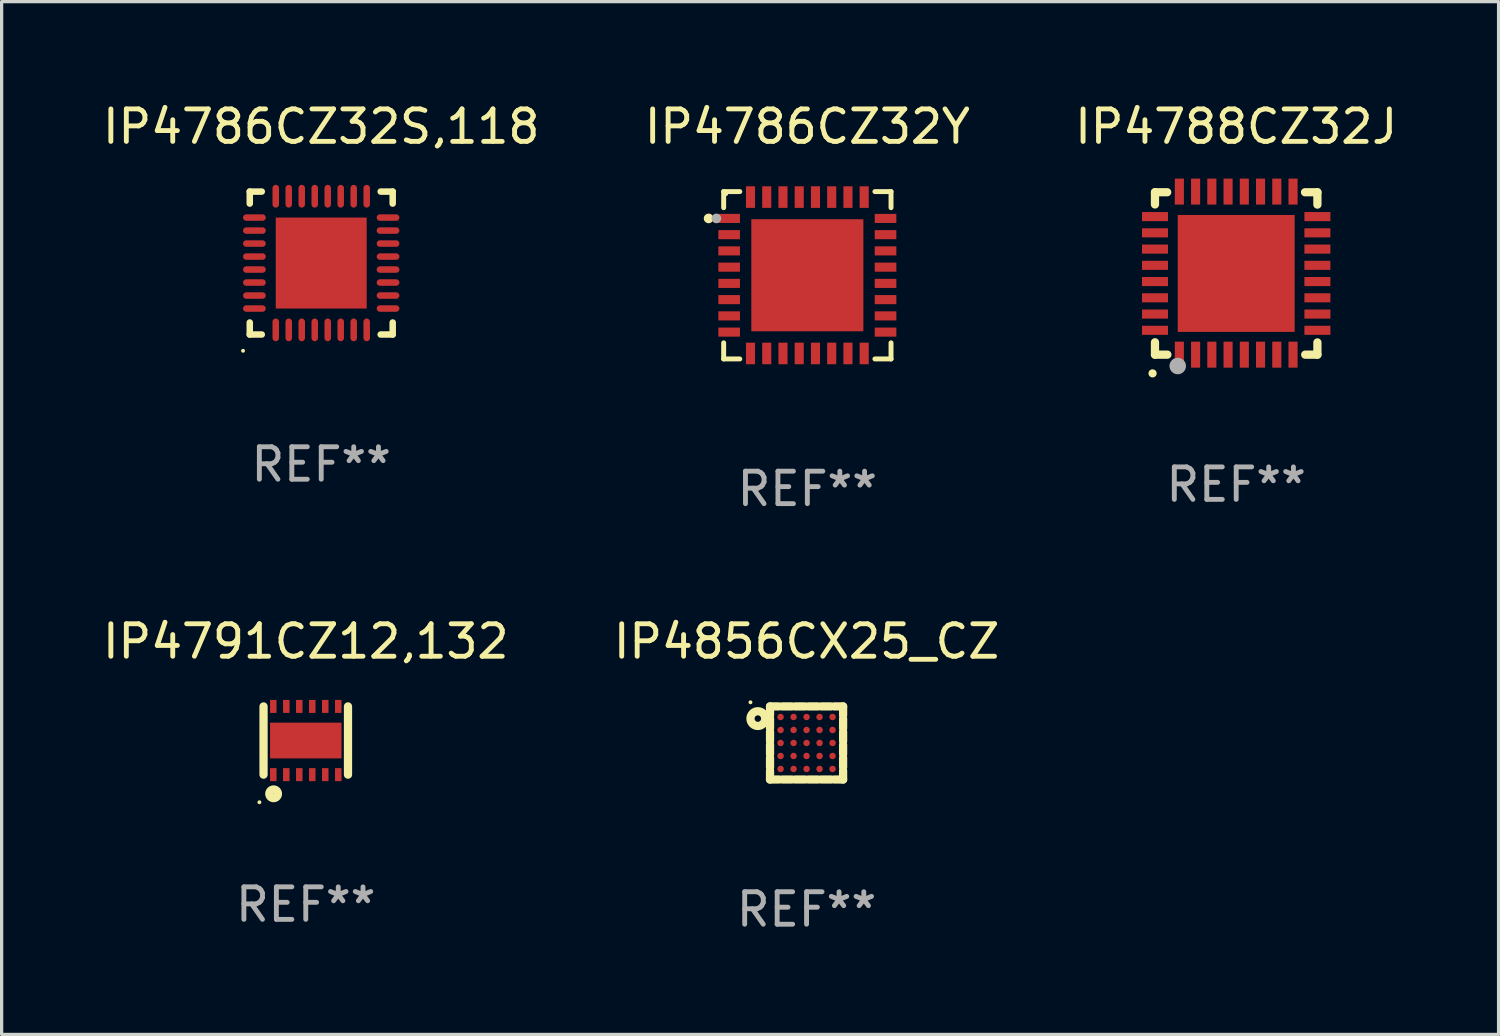
<source format=kicad_pcb>
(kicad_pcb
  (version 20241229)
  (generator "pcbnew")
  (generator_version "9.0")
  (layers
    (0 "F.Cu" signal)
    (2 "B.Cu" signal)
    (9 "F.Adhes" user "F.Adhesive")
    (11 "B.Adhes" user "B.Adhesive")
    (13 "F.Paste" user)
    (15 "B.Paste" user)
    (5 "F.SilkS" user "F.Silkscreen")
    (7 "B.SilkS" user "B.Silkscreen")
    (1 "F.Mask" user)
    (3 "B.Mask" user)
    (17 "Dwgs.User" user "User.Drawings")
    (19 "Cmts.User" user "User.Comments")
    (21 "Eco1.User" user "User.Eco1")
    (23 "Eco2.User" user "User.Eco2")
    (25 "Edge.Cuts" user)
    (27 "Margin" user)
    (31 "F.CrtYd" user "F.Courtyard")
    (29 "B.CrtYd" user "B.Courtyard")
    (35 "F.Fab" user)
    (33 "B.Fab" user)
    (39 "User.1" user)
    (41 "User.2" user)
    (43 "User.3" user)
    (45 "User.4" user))
  (footprint "IP4856CX25_CZ"
    (layer "F.Cu")
    (at 21.78 19.822)
    (property "Reference" "IP4856CX25_CZ" (at 0 -3.125 0) (layer "F.SilkS") (effects (font (size 1 1) (thickness 0.15))))
    (attr through_hole)
    (fp_line (start -1.125 -1.125) (end -0.852 -1.125) (stroke (width 0.254) (type solid)) (layer "F.SilkS"))
    (fp_line (start -1.125 -0.852) (end -1.125 -1.125) (stroke (width 0.254) (type solid)) (layer "F.SilkS"))
    (fp_line (start -1.125 -0.452) (end -1.125 -0.748) (stroke (width 0.254) (type solid)) (layer "F.SilkS"))
    (fp_line (start -1.125 -0.052) (end -1.125 -0.348) (stroke (width 0.254) (type solid)) (layer "F.SilkS"))
    (fp_line (start -1.125 0.348) (end -1.125 0.052) (stroke (width 0.254) (type solid)) (layer "F.SilkS"))
    (fp_line (start -1.125 0.748) (end -1.125 0.452) (stroke (width 0.254) (type solid)) (layer "F.SilkS"))
    (fp_line (start -1.125 1.125) (end -1.125 0.852) (stroke (width 0.254) (type solid)) (layer "F.SilkS"))
    (fp_line (start -0.852 1.125) (end -1.125 1.125) (stroke (width 0.254) (type solid)) (layer "F.SilkS"))
    (fp_line (start -0.748 -1.125) (end -0.452 -1.125) (stroke (width 0.254) (type solid)) (layer "F.SilkS"))
    (fp_line (start -0.452 1.125) (end -0.748 1.125) (stroke (width 0.254) (type solid)) (layer "F.SilkS"))
    (fp_line (start -0.348 -1.125) (end -0.052 -1.125) (stroke (width 0.254) (type solid)) (layer "F.SilkS"))
    (fp_line (start -0.052 1.125) (end -0.348 1.125) (stroke (width 0.254) (type solid)) (layer "F.SilkS"))
    (fp_line (start 0.052 -1.125) (end 0.348 -1.125) (stroke (width 0.254) (type solid)) (layer "F.SilkS"))
    (fp_line (start 0.348 1.125) (end 0.052 1.125) (stroke (width 0.254) (type solid)) (layer "F.SilkS"))
    (fp_line (start 0.452 -1.125) (end 0.748 -1.125) (stroke (width 0.254) (type solid)) (layer "F.SilkS"))
    (fp_line (start 0.748 1.125) (end 0.452 1.125) (stroke (width 0.254) (type solid)) (layer "F.SilkS"))
    (fp_line (start 0.852 -1.125) (end 1.125 -1.125) (stroke (width 0.254) (type solid)) (layer "F.SilkS"))
    (fp_line (start 1.125 -1.125) (end 1.125 -0.852) (stroke (width 0.254) (type solid)) (layer "F.SilkS"))
    (fp_line (start 1.125 -0.748) (end 1.125 -0.452) (stroke (width 0.254) (type solid)) (layer "F.SilkS"))
    (fp_line (start 1.125 -0.348) (end 1.125 -0.052) (stroke (width 0.254) (type solid)) (layer "F.SilkS"))
    (fp_line (start 1.125 0.052) (end 1.125 0.348) (stroke (width 0.254) (type solid)) (layer "F.SilkS"))
    (fp_line (start 1.125 0.452) (end 1.125 0.748) (stroke (width 0.254) (type solid)) (layer "F.SilkS"))
    (fp_line (start 1.125 0.852) (end 1.125 1.125) (stroke (width 0.254) (type solid)) (layer "F.SilkS"))
    (fp_line (start 1.125 1.125) (end 0.852 1.125) (stroke (width 0.254) (type solid)) (layer "F.SilkS"))
    (fp_circle (center -1.727 -1.252) (end -1.697 -1.252) (stroke (width 0.06) (type solid)) (fill no) (layer "F.SilkS"))
    (fp_circle (center -1.5 -0.75) (end -1.4 -0.75) (stroke (width 0.254) (type solid)) (fill no) (layer "F.SilkS"))
    (fp_text user "REF**" (at 0 5.125 0) (layer "F.Fab") (effects (font (size 1 1) (thickness 0.15))))
    (pad "A1" smd circle (at -0.8 -0.8) (size 0.2 0.2) (layers "F.Cu" "F.Mask" "F.Paste"))
    (pad "A2" smd circle (at -0.4 -0.8) (size 0.2 0.2) (layers "F.Cu" "F.Mask" "F.Paste"))
    (pad "A3" smd circle (at 0.000127 -0.8) (size 0.2 0.2) (layers "F.Cu" "F.Mask" "F.Paste"))
    (pad "A4" smd circle (at 0.4 -0.8) (size 0.2 0.2) (layers "F.Cu" "F.Mask" "F.Paste"))
    (pad "A5" smd circle (at 0.8 -0.8) (size 0.2 0.2) (layers "F.Cu" "F.Mask" "F.Paste"))
    (pad "B1" smd circle (at -0.8 -0.4) (size 0.2 0.2) (layers "F.Cu" "F.Mask" "F.Paste"))
    (pad "B2" smd circle (at -0.4 -0.4) (size 0.2 0.2) (layers "F.Cu" "F.Mask" "F.Paste"))
    (pad "B3" smd circle (at 0.000127 -0.4) (size 0.2 0.2) (layers "F.Cu" "F.Mask" "F.Paste"))
    (pad "B4" smd circle (at 0.4 -0.4) (size 0.2 0.2) (layers "F.Cu" "F.Mask" "F.Paste"))
    (pad "B5" smd circle (at 0.8 -0.4) (size 0.2 0.2) (layers "F.Cu" "F.Mask" "F.Paste"))
    (pad "C1" smd circle (at -0.8 -0.000076) (size 0.2 0.2) (layers "F.Cu" "F.Mask" "F.Paste"))
    (pad "C2" smd circle (at -0.4 -0.000076) (size 0.2 0.2) (layers "F.Cu" "F.Mask" "F.Paste"))
    (pad "C3" smd circle (at 0.000127 -0.000076) (size 0.2 0.2) (layers "F.Cu" "F.Mask" "F.Paste"))
    (pad "C4" smd circle (at 0.4 -0.000076) (size 0.2 0.2) (layers "F.Cu" "F.Mask" "F.Paste"))
    (pad "C5" smd circle (at 0.8 -0.000076) (size 0.2 0.2) (layers "F.Cu" "F.Mask" "F.Paste"))
    (pad "D1" smd circle (at -0.8 0.4) (size 0.2 0.2) (layers "F.Cu" "F.Mask" "F.Paste"))
    (pad "D2" smd circle (at -0.4 0.4) (size 0.2 0.2) (layers "F.Cu" "F.Mask" "F.Paste"))
    (pad "D3" smd circle (at 0.000127 0.4) (size 0.2 0.2) (layers "F.Cu" "F.Mask" "F.Paste"))
    (pad "D4" smd circle (at 0.4 0.4) (size 0.2 0.2) (layers "F.Cu" "F.Mask" "F.Paste"))
    (pad "D5" smd circle (at 0.8 0.4) (size 0.2 0.2) (layers "F.Cu" "F.Mask" "F.Paste"))
    (pad "E1" smd circle (at -0.8 0.8) (size 0.2 0.2) (layers "F.Cu" "F.Mask" "F.Paste"))
    (pad "E2" smd circle (at -0.4 0.8) (size 0.2 0.2) (layers "F.Cu" "F.Mask" "F.Paste"))
    (pad "E3" smd circle (at 0.000127 0.8) (size 0.2 0.2) (layers "F.Cu" "F.Mask" "F.Paste"))
    (pad "E4" smd circle (at 0.4 0.8) (size 0.2 0.2) (layers "F.Cu" "F.Mask" "F.Paste"))
    (pad "E5" smd circle (at 0.8 0.8) (size 0.2 0.2) (layers "F.Cu" "F.Mask" "F.Paste")))
  (footprint "IP4788CZ32J"
    (layer "F.Cu")
    (at 35.006 5.358)
    (property "Reference" "IP4788CZ32J" (at 0 -4.51 0) (layer "F.SilkS") (effects (font (size 1 1) (thickness 0.15))))
    (attr through_hole)
    (fp_line (start -2.5 -2.49) (end -2.124 -2.49) (stroke (width 0.254) (type solid)) (layer "F.SilkS"))
    (fp_line (start -2.5 -2.114) (end -2.5 -2.49) (stroke (width 0.254) (type solid)) (layer "F.SilkS"))
    (fp_line (start -2.5 2.51) (end -2.5 2.129) (stroke (width 0.254) (type solid)) (layer "F.SilkS"))
    (fp_line (start -2.5 2.51) (end -2.119 2.51) (stroke (width 0.254) (type solid)) (layer "F.SilkS"))
    (fp_line (start 2.119 -2.49) (end 2.5 -2.49) (stroke (width 0.254) (type solid)) (layer "F.SilkS"))
    (fp_line (start 2.124 2.51) (end 2.5 2.51) (stroke (width 0.254) (type solid)) (layer "F.SilkS"))
    (fp_line (start 2.5 -2.49) (end 2.5 -2.109) (stroke (width 0.254) (type solid)) (layer "F.SilkS"))
    (fp_line (start 2.5 2.134) (end 2.5 2.51) (stroke (width 0.254) (type solid)) (layer "F.SilkS"))
    (fp_arc (start -2.57554 3.086005) (mid -2.57427 3.085999) (end -2.573 3.086005) (stroke (width 0.25) (type solid)) (layer "F.SilkS"))
    (fp_circle (center -2.5 2.5) (end -2.45 2.5) (stroke (width 0.1) (type solid)) (fill no) (layer "F.SilkS"))
    (fp_circle (center -1.8 2.86) (end -1.673 2.86) (stroke (width 0.254) (type solid)) (fill no) (layer "F.Fab"))
    (fp_text user "REF**" (at 0 6.51 0) (layer "F.Fab") (effects (font (size 1 1) (thickness 0.15))))
    (pad "1" smd rect (at -1.75 2.51) (size 0.28 0.8) (layers "F.Cu" "F.Mask" "F.Paste"))
    (pad "2" smd rect (at -1.25 2.51) (size 0.28 0.8) (layers "F.Cu" "F.Mask" "F.Paste"))
    (pad "3" smd rect (at -0.75 2.51) (size 0.28 0.8) (layers "F.Cu" "F.Mask" "F.Paste"))
    (pad "4" smd rect (at -0.25 2.51) (size 0.28 0.8) (layers "F.Cu" "F.Mask" "F.Paste"))
    (pad "5" smd rect (at 0.25 2.51) (size 0.28 0.8) (layers "F.Cu" "F.Mask" "F.Paste"))
    (pad "6" smd rect (at 0.75 2.51) (size 0.28 0.8) (layers "F.Cu" "F.Mask" "F.Paste"))
    (pad "7" smd rect (at 1.25 2.51) (size 0.28 0.8) (layers "F.Cu" "F.Mask" "F.Paste"))
    (pad "8" smd rect (at 1.75 2.51) (size 0.28 0.8) (layers "F.Cu" "F.Mask" "F.Paste"))
    (pad "9" smd rect (at 2.5 1.76) (size 0.8 0.28) (layers "F.Cu" "F.Mask" "F.Paste"))
    (pad "10" smd rect (at 2.5 1.26) (size 0.8 0.28) (layers "F.Cu" "F.Mask" "F.Paste"))
    (pad "11" smd rect (at 2.5 0.76) (size 0.8 0.28) (layers "F.Cu" "F.Mask" "F.Paste"))
    (pad "12" smd rect (at 2.5 0.26) (size 0.8 0.28) (layers "F.Cu" "F.Mask" "F.Paste"))
    (pad "13" smd rect (at 2.5 -0.24) (size 0.8 0.28) (layers "F.Cu" "F.Mask" "F.Paste"))
    (pad "14" smd rect (at 2.5 -0.74) (size 0.8 0.28) (layers "F.Cu" "F.Mask" "F.Paste"))
    (pad "15" smd rect (at 2.5 -1.24) (size 0.8 0.28) (layers "F.Cu" "F.Mask" "F.Paste"))
    (pad "16" smd rect (at 2.5 -1.74) (size 0.8 0.28) (layers "F.Cu" "F.Mask" "F.Paste"))
    (pad "17" smd rect (at 1.75 -2.51) (size 0.28 0.8) (layers "F.Cu" "F.Mask" "F.Paste"))
    (pad "18" smd rect (at 1.25 -2.51) (size 0.28 0.8) (layers "F.Cu" "F.Mask" "F.Paste"))
    (pad "19" smd rect (at 0.75 -2.51) (size 0.28 0.8) (layers "F.Cu" "F.Mask" "F.Paste"))
    (pad "20" smd rect (at 0.25 -2.51) (size 0.28 0.8) (layers "F.Cu" "F.Mask" "F.Paste"))
    (pad "21" smd rect (at -0.25 -2.51) (size 0.28 0.8) (layers "F.Cu" "F.Mask" "F.Paste"))
    (pad "22" smd rect (at -0.75 -2.51) (size 0.28 0.8) (layers "F.Cu" "F.Mask" "F.Paste"))
    (pad "23" smd rect (at -1.25 -2.51) (size 0.28 0.8) (layers "F.Cu" "F.Mask" "F.Paste"))
    (pad "24" smd rect (at -1.75 -2.51) (size 0.28 0.8) (layers "F.Cu" "F.Mask" "F.Paste"))
    (pad "25" smd rect (at -2.5 -1.74) (size 0.8 0.28) (layers "F.Cu" "F.Mask" "F.Paste"))
    (pad "26" smd rect (at -2.5 -1.24) (size 0.8 0.28) (layers "F.Cu" "F.Mask" "F.Paste"))
    (pad "27" smd rect (at -2.5 -0.74) (size 0.8 0.28) (layers "F.Cu" "F.Mask" "F.Paste"))
    (pad "28" smd rect (at -2.5 -0.24) (size 0.8 0.28) (layers "F.Cu" "F.Mask" "F.Paste"))
    (pad "29" smd rect (at -2.5 0.26) (size 0.8 0.28) (layers "F.Cu" "F.Mask" "F.Paste"))
    (pad "30" smd rect (at -2.5 0.76) (size 0.8 0.28) (layers "F.Cu" "F.Mask" "F.Paste"))
    (pad "31" smd rect (at -2.5 1.26) (size 0.8 0.28) (layers "F.Cu" "F.Mask" "F.Paste"))
    (pad "32" smd rect (at -2.5 1.76) (size 0.8 0.28) (layers "F.Cu" "F.Mask" "F.Paste"))
    (pad "33" smd rect (at 0.000102 0.01) (size 3.6 3.6) (layers "F.Cu" "F.Mask" "F.Paste")))
  (footprint "IP4786CZ32Y"
    (layer "F.Cu")
    (at 21.804 5.424)
    (property "Reference" "IP4786CZ32Y" (at 0 -4.576 0) (layer "F.SilkS") (effects (font (size 1 1) (thickness 0.15))))
    (attr through_hole)
    (fp_line (start -2.576 -2.576) (end -2.576 -2.08) (stroke (width 0.152) (type solid)) (layer "F.SilkS"))
    (fp_line (start -2.576 2.576) (end -2.576 2.08) (stroke (width 0.152) (type solid)) (layer "F.SilkS"))
    (fp_line (start -2.08 -2.576) (end -2.576 -2.576) (stroke (width 0.152) (type solid)) (layer "F.SilkS"))
    (fp_line (start -2.08 2.576) (end -2.576 2.576) (stroke (width 0.152) (type solid)) (layer "F.SilkS"))
    (fp_line (start 2.08 -2.576) (end 2.576 -2.576) (stroke (width 0.152) (type solid)) (layer "F.SilkS"))
    (fp_line (start 2.08 2.576) (end 2.576 2.576) (stroke (width 0.152) (type solid)) (layer "F.SilkS"))
    (fp_line (start 2.576 -2.576) (end 2.576 -2.08) (stroke (width 0.152) (type solid)) (layer "F.SilkS"))
    (fp_line (start 2.576 2.576) (end 2.576 2.08) (stroke (width 0.152) (type solid)) (layer "F.SilkS"))
    (fp_circle (center -3.04 -1.75) (end -2.965 -1.75) (stroke (width 0.15) (type solid)) (fill no) (layer "F.SilkS"))
    (fp_circle (center -2.5 -2.5) (end -2.47 -2.5) (stroke (width 0.06) (type solid)) (fill no) (layer "F.SilkS"))
    (fp_circle (center -2.8 -1.75) (end -2.725 -1.75) (stroke (width 0.15) (type solid)) (fill no) (layer "F.Fab"))
    (fp_text user "REF**" (at 0 6.576 0) (layer "F.Fab") (effects (font (size 1 1) (thickness 0.15))))
    (pad "1" smd rect (at -2.407 -1.75) (size 0.665 0.28) (layers "F.Cu" "F.Mask" "F.Paste"))
    (pad "2" smd rect (at -2.407 -1.25) (size 0.665 0.28) (layers "F.Cu" "F.Mask" "F.Paste"))
    (pad "3" smd rect (at -2.407 -0.75) (size 0.665 0.28) (layers "F.Cu" "F.Mask" "F.Paste"))
    (pad "4" smd rect (at -2.407 -0.25) (size 0.665 0.28) (layers "F.Cu" "F.Mask" "F.Paste"))
    (pad "5" smd rect (at -2.407 0.25) (size 0.665 0.28) (layers "F.Cu" "F.Mask" "F.Paste"))
    (pad "6" smd rect (at -2.407 0.75) (size 0.665 0.28) (layers "F.Cu" "F.Mask" "F.Paste"))
    (pad "7" smd rect (at -2.407 1.25) (size 0.665 0.28) (layers "F.Cu" "F.Mask" "F.Paste"))
    (pad "8" smd rect (at -2.407 1.75) (size 0.665 0.28) (layers "F.Cu" "F.Mask" "F.Paste"))
    (pad "9" smd rect (at -1.75 2.407) (size 0.28 0.665) (layers "F.Cu" "F.Mask" "F.Paste"))
    (pad "10" smd rect (at -1.25 2.407) (size 0.28 0.665) (layers "F.Cu" "F.Mask" "F.Paste"))
    (pad "11" smd rect (at -0.75 2.407) (size 0.28 0.665) (layers "F.Cu" "F.Mask" "F.Paste"))
    (pad "12" smd rect (at -0.25 2.407) (size 0.28 0.665) (layers "F.Cu" "F.Mask" "F.Paste"))
    (pad "13" smd rect (at 0.25 2.407) (size 0.28 0.665) (layers "F.Cu" "F.Mask" "F.Paste"))
    (pad "14" smd rect (at 0.75 2.407) (size 0.28 0.665) (layers "F.Cu" "F.Mask" "F.Paste"))
    (pad "15" smd rect (at 1.25 2.407) (size 0.28 0.665) (layers "F.Cu" "F.Mask" "F.Paste"))
    (pad "16" smd rect (at 1.75 2.407) (size 0.28 0.665) (layers "F.Cu" "F.Mask" "F.Paste"))
    (pad "17" smd rect (at 2.407 1.75) (size 0.665 0.28) (layers "F.Cu" "F.Mask" "F.Paste"))
    (pad "18" smd rect (at 2.407 1.25) (size 0.665 0.28) (layers "F.Cu" "F.Mask" "F.Paste"))
    (pad "19" smd rect (at 2.407 0.75) (size 0.665 0.28) (layers "F.Cu" "F.Mask" "F.Paste"))
    (pad "20" smd rect (at 2.407 0.25) (size 0.665 0.28) (layers "F.Cu" "F.Mask" "F.Paste"))
    (pad "21" smd rect (at 2.407 -0.25) (size 0.665 0.28) (layers "F.Cu" "F.Mask" "F.Paste"))
    (pad "22" smd rect (at 2.407 -0.75) (size 0.665 0.28) (layers "F.Cu" "F.Mask" "F.Paste"))
    (pad "23" smd rect (at 2.407 -1.25) (size 0.665 0.28) (layers "F.Cu" "F.Mask" "F.Paste"))
    (pad "24" smd rect (at 2.407 -1.75) (size 0.665 0.28) (layers "F.Cu" "F.Mask" "F.Paste"))
    (pad "25" smd rect (at 1.75 -2.407) (size 0.28 0.665) (layers "F.Cu" "F.Mask" "F.Paste"))
    (pad "26" smd rect (at 1.25 -2.407) (size 0.28 0.665) (layers "F.Cu" "F.Mask" "F.Paste"))
    (pad "27" smd rect (at 0.75 -2.407) (size 0.28 0.665) (layers "F.Cu" "F.Mask" "F.Paste"))
    (pad "28" smd rect (at 0.25 -2.407) (size 0.28 0.665) (layers "F.Cu" "F.Mask" "F.Paste"))
    (pad "29" smd rect (at -0.25 -2.407) (size 0.28 0.665) (layers "F.Cu" "F.Mask" "F.Paste"))
    (pad "30" smd rect (at -0.75 -2.407) (size 0.28 0.665) (layers "F.Cu" "F.Mask" "F.Paste"))
    (pad "31" smd rect (at -1.25 -2.407) (size 0.28 0.665) (layers "F.Cu" "F.Mask" "F.Paste"))
    (pad "32" smd rect (at -1.75 -2.407) (size 0.28 0.665) (layers "F.Cu" "F.Mask" "F.Paste"))
    (pad "33" smd rect (at 0 0) (size 3.45 3.45) (layers "F.Cu" "F.Mask" "F.Paste")))
  (footprint "IP4786CZ32S,118"
    (layer "F.Cu")
    (at 6.839 5.048)
    (property "Reference" "IP4786CZ32S,118" (at 0 -4.2 0) (layer "F.SilkS") (effects (font (size 1 1) (thickness 0.15))))
    (attr through_hole)
    (fp_line (start -2.2 -2.2) (end -2.2 -1.83) (stroke (width 0.2) (type solid)) (layer "F.SilkS"))
    (fp_line (start -2.2 2.2) (end -2.2 1.83) (stroke (width 0.2) (type solid)) (layer "F.SilkS"))
    (fp_line (start -1.83 -2.2) (end -2.2 -2.2) (stroke (width 0.2) (type solid)) (layer "F.SilkS"))
    (fp_line (start -1.83 2.2) (end -2.2 2.2) (stroke (width 0.2) (type solid)) (layer "F.SilkS"))
    (fp_line (start 2.2 -2.2) (end 1.83 -2.2) (stroke (width 0.2) (type solid)) (layer "F.SilkS"))
    (fp_line (start 2.2 -1.83) (end 2.2 -2.2) (stroke (width 0.2) (type solid)) (layer "F.SilkS"))
    (fp_line (start 2.2 1.83) (end 2.2 2.2) (stroke (width 0.2) (type solid)) (layer "F.SilkS"))
    (fp_line (start 2.2 2.2) (end 1.83 2.2) (stroke (width 0.2) (type solid)) (layer "F.SilkS"))
    (fp_circle (center -2.407 2.701) (end -2.377 2.701) (stroke (width 0.06) (type solid)) (fill no) (layer "F.SilkS"))
    (fp_text user "REF**" (at 0 6.2 0) (layer "F.Fab") (effects (font (size 1 1) (thickness 0.15))))
    (pad "1" smd oval (at -1.4 2.057) (size 0.2 0.7) (layers "F.Cu" "F.Mask" "F.Paste"))
    (pad "2" smd oval (at -1 2.057) (size 0.2 0.7) (layers "F.Cu" "F.Mask" "F.Paste"))
    (pad "3" smd oval (at -0.6 2.057) (size 0.2 0.7) (layers "F.Cu" "F.Mask" "F.Paste"))
    (pad "4" smd oval (at -0.2 2.057) (size 0.2 0.7) (layers "F.Cu" "F.Mask" "F.Paste"))
    (pad "5" smd oval (at 0.2 2.057) (size 0.2 0.7) (layers "F.Cu" "F.Mask" "F.Paste"))
    (pad "6" smd oval (at 0.6 2.057) (size 0.2 0.7) (layers "F.Cu" "F.Mask" "F.Paste"))
    (pad "7" smd oval (at 1 2.057) (size 0.2 0.7) (layers "F.Cu" "F.Mask" "F.Paste"))
    (pad "8" smd oval (at 1.4 2.057) (size 0.2 0.7) (layers "F.Cu" "F.Mask" "F.Paste"))
    (pad "9" smd oval (at 2.057 1.4 270) (size 0.2 0.7) (layers "F.Cu" "F.Mask" "F.Paste"))
    (pad "10" smd oval (at 2.057 1 270) (size 0.2 0.7) (layers "F.Cu" "F.Mask" "F.Paste"))
    (pad "11" smd oval (at 2.057 0.6 270) (size 0.2 0.7) (layers "F.Cu" "F.Mask" "F.Paste"))
    (pad "12" smd oval (at 2.057 0.2 270) (size 0.2 0.7) (layers "F.Cu" "F.Mask" "F.Paste"))
    (pad "13" smd oval (at 2.057 -0.2 270) (size 0.2 0.7) (layers "F.Cu" "F.Mask" "F.Paste"))
    (pad "14" smd oval (at 2.057 -0.6 270) (size 0.2 0.7) (layers "F.Cu" "F.Mask" "F.Paste"))
    (pad "15" smd oval (at 2.057 -1 270) (size 0.2 0.7) (layers "F.Cu" "F.Mask" "F.Paste"))
    (pad "16" smd oval (at 2.057 -1.4 270) (size 0.2 0.7) (layers "F.Cu" "F.Mask" "F.Paste"))
    (pad "17" smd oval (at 1.4 -2.057) (size 0.2 0.7) (layers "F.Cu" "F.Mask" "F.Paste"))
    (pad "18" smd oval (at 1 -2.057) (size 0.2 0.7) (layers "F.Cu" "F.Mask" "F.Paste"))
    (pad "19" smd oval (at 0.6 -2.057) (size 0.2 0.7) (layers "F.Cu" "F.Mask" "F.Paste"))
    (pad "20" smd oval (at 0.2 -2.057) (size 0.2 0.7) (layers "F.Cu" "F.Mask" "F.Paste"))
    (pad "21" smd oval (at -0.2 -2.057) (size 0.2 0.7) (layers "F.Cu" "F.Mask" "F.Paste"))
    (pad "22" smd oval (at -0.6 -2.057) (size 0.2 0.7) (layers "F.Cu" "F.Mask" "F.Paste"))
    (pad "23" smd oval (at -1 -2.057) (size 0.2 0.7) (layers "F.Cu" "F.Mask" "F.Paste"))
    (pad "24" smd oval (at -1.4 -2.057) (size 0.2 0.7) (layers "F.Cu" "F.Mask" "F.Paste"))
    (pad "25" smd oval (at -2.057 -1.4 90) (size 0.2 0.7) (layers "F.Cu" "F.Mask" "F.Paste"))
    (pad "26" smd oval (at -2.057 -1 90) (size 0.2 0.7) (layers "F.Cu" "F.Mask" "F.Paste"))
    (pad "27" smd oval (at -2.057 -0.6 90) (size 0.2 0.7) (layers "F.Cu" "F.Mask" "F.Paste"))
    (pad "28" smd oval (at -2.057 -0.2 90) (size 0.2 0.7) (layers "F.Cu" "F.Mask" "F.Paste"))
    (pad "29" smd oval (at -2.057 0.2 90) (size 0.2 0.7) (layers "F.Cu" "F.Mask" "F.Paste"))
    (pad "30" smd oval (at -2.057 0.6 90) (size 0.2 0.7) (layers "F.Cu" "F.Mask" "F.Paste"))
    (pad "31" smd oval (at -2.057 1 90) (size 0.2 0.7) (layers "F.Cu" "F.Mask" "F.Paste"))
    (pad "32" smd oval (at -2.057 1.4 90) (size 0.2 0.7) (layers "F.Cu" "F.Mask" "F.Paste"))
    (pad "33" smd rect (at -0.000051 -0.000051 270) (size 2.8 2.8) (layers "F.Cu" "F.Mask" "F.Paste")))
  (footprint "IP4791CZ12,132"
    (layer "F.Cu")
    (at 6.363 19.747)
    (property "Reference" "IP4791CZ12,132" (at 0 -3.05 0) (layer "F.SilkS") (effects (font (size 1 1) (thickness 0.15))))
    (attr through_hole)
    (fp_line (start -1.3 -1.05) (end -1.3 1.05) (stroke (width 0.254) (type solid)) (layer "F.SilkS"))
    (fp_line (start 1.3 -1.05) (end 1.3 1.05) (stroke (width 0.254) (type solid)) (layer "F.SilkS"))
    (fp_circle (center -1.427 1.9) (end -1.397 1.9) (stroke (width 0.06) (type solid)) (fill no) (layer "F.SilkS"))
    (fp_circle (center -0.99 1.64) (end -0.857 1.64) (stroke (width 0.254) (type solid)) (fill no) (layer "F.SilkS"))
    (fp_text user "REF**" (at 0 5.05 0) (layer "F.Fab") (effects (font (size 1 1) (thickness 0.15))))
    (pad "1" smd rect (at -1 1.05) (size 0.2 0.4) (layers "F.Cu" "F.Mask" "F.Paste"))
    (pad "2" smd rect (at -0.6 1.05) (size 0.2 0.4) (layers "F.Cu" "F.Mask" "F.Paste"))
    (pad "3" smd rect (at -0.2 1.05) (size 0.2 0.4) (layers "F.Cu" "F.Mask" "F.Paste"))
    (pad "4" smd rect (at 0.2 1.05) (size 0.2 0.4) (layers "F.Cu" "F.Mask" "F.Paste"))
    (pad "5" smd rect (at 0.6 1.05) (size 0.2 0.4) (layers "F.Cu" "F.Mask" "F.Paste"))
    (pad "6" smd rect (at 1 1.05) (size 0.2 0.4) (layers "F.Cu" "F.Mask" "F.Paste"))
    (pad "7" smd rect (at 1 -1.05) (size 0.2 0.4) (layers "F.Cu" "F.Mask" "F.Paste"))
    (pad "8" smd rect (at 0.6 -1.05) (size 0.2 0.4) (layers "F.Cu" "F.Mask" "F.Paste"))
    (pad "9" smd rect (at 0.2 -1.05) (size 0.2 0.4) (layers "F.Cu" "F.Mask" "F.Paste"))
    (pad "10" smd rect (at -0.2 -1.05) (size 0.2 0.4) (layers "F.Cu" "F.Mask" "F.Paste"))
    (pad "11" smd rect (at -0.6 -1.05) (size 0.2 0.4) (layers "F.Cu" "F.Mask" "F.Paste"))
    (pad "12" smd rect (at -1 -1.05) (size 0.2 0.4) (layers "F.Cu" "F.Mask" "F.Paste"))
    (pad "13" smd rect (at 0 0 90) (size 1.1 2.2) (layers "F.Cu" "F.Mask" "F.Paste")))
  (gr_rect
    (start -3 -3)
    (end 43.083 28.795)
    (stroke (width 0.1) (type default))
    (fill no)
    (layer "Edge.Cuts")))
</source>
